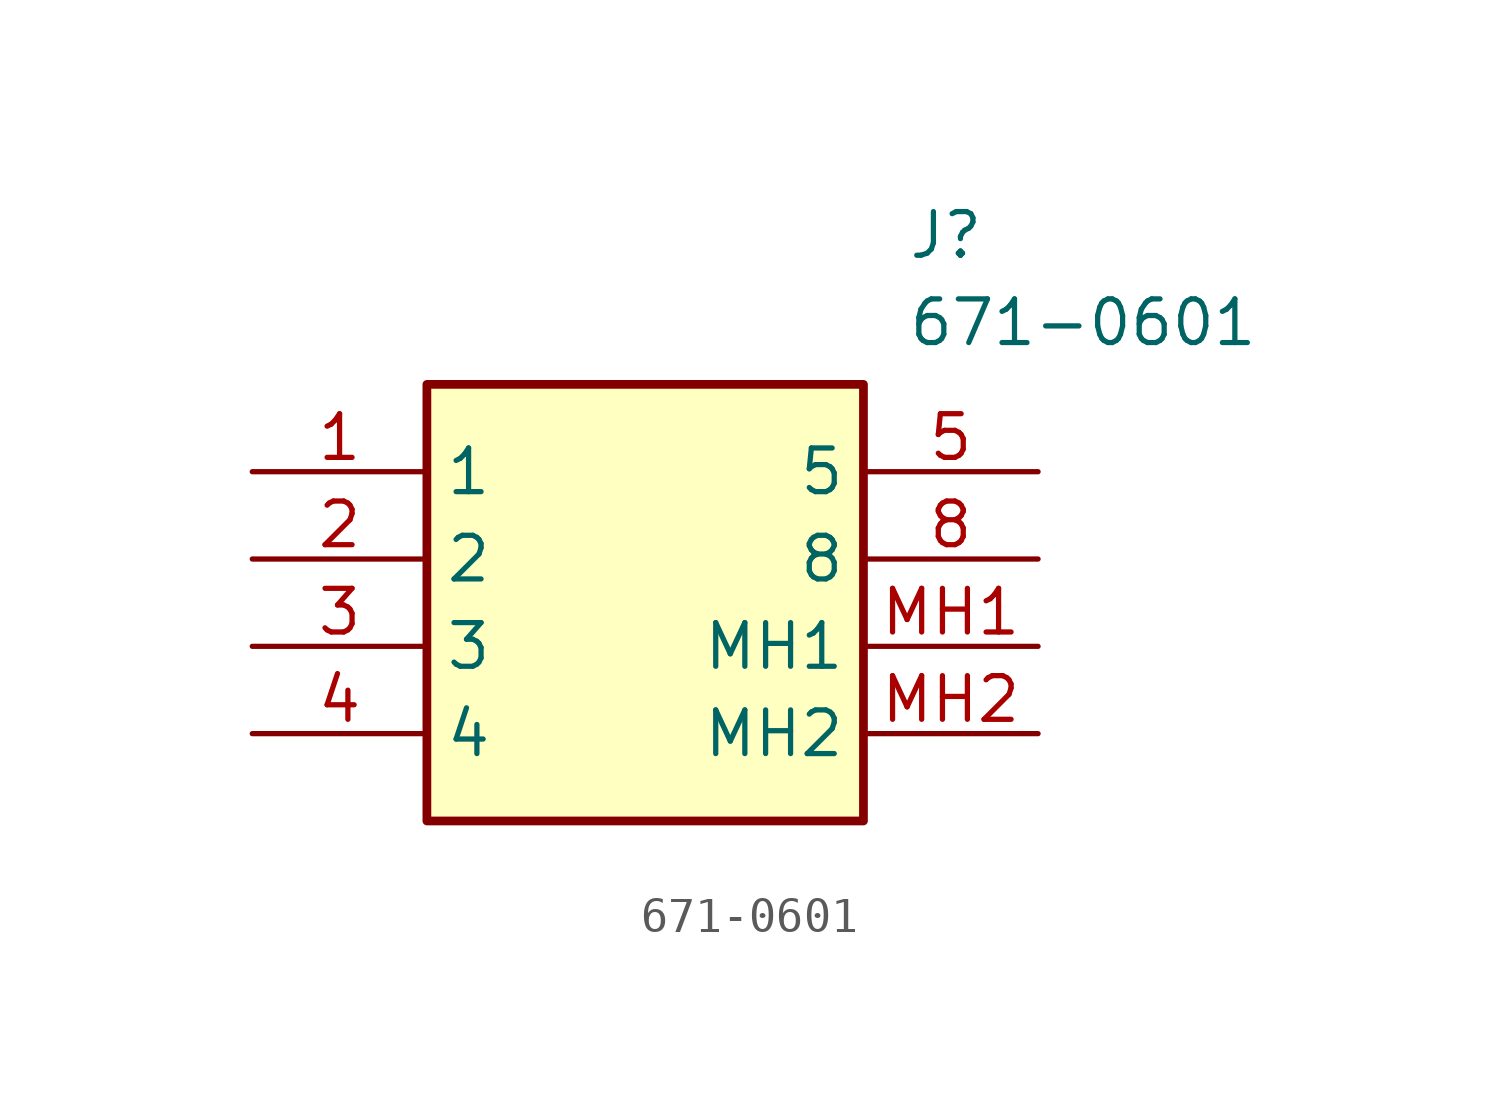
<source format=kicad_sym>
(kicad_symbol_lib
  (version 20211014)
  (generator SamacSys_ECAD_Model)
  (symbol "671-0601"
    (property "Reference" "J"
      (at 19.05 7.62 0)
      (effects (font (size 1.27 1.27)) (justify left top)))
    (property "Value" "671-0601"
      (at 19.05 5.08 0)
      (effects (font (size 1.27 1.27)) (justify left top)))
    (rectangle
      (start 5.08 2.54)
      (end 17.78 -10.16)
      (stroke (width 0.254) (type default))
      (fill (type background)))
    (pin passive line
      (at 0 0 0)
      (length 5.08)
      (name "1" (effects (font (size 1.27 1.27))))
      (number "1" (effects (font (size 1.27 1.27)))))
    (pin passive line
      (at 0 -2.54 0)
      (length 5.08)
      (name "2" (effects (font (size 1.27 1.27))))
      (number "2" (effects (font (size 1.27 1.27)))))
    (pin passive line
      (at 0 -5.08 0)
      (length 5.08)
      (name "3" (effects (font (size 1.27 1.27))))
      (number "3" (effects (font (size 1.27 1.27)))))
    (pin passive line
      (at 0 -7.62 0)
      (length 5.08)
      (name "4" (effects (font (size 1.27 1.27))))
      (number "4" (effects (font (size 1.27 1.27)))))
    (pin passive line
      (at 22.86 0 180)
      (length 5.08)
      (name "5" (effects (font (size 1.27 1.27))))
      (number "5" (effects (font (size 1.27 1.27)))))
    (pin passive line
      (at 22.86 -2.54 180)
      (length 5.08)
      (name "8" (effects (font (size 1.27 1.27))))
      (number "8" (effects (font (size 1.27 1.27)))))
    (pin passive line
      (at 22.86 -5.08 180)
      (length 5.08)
      (name "MH1" (effects (font (size 1.27 1.27))))
      (number "MH1" (effects (font (size 1.27 1.27)))))
    (pin passive line
      (at 22.86 -7.62 180)
      (length 5.08)
      (name "MH2" (effects (font (size 1.27 1.27))))
      (number "MH2" (effects (font (size 1.27 1.27)))))))
</source>
